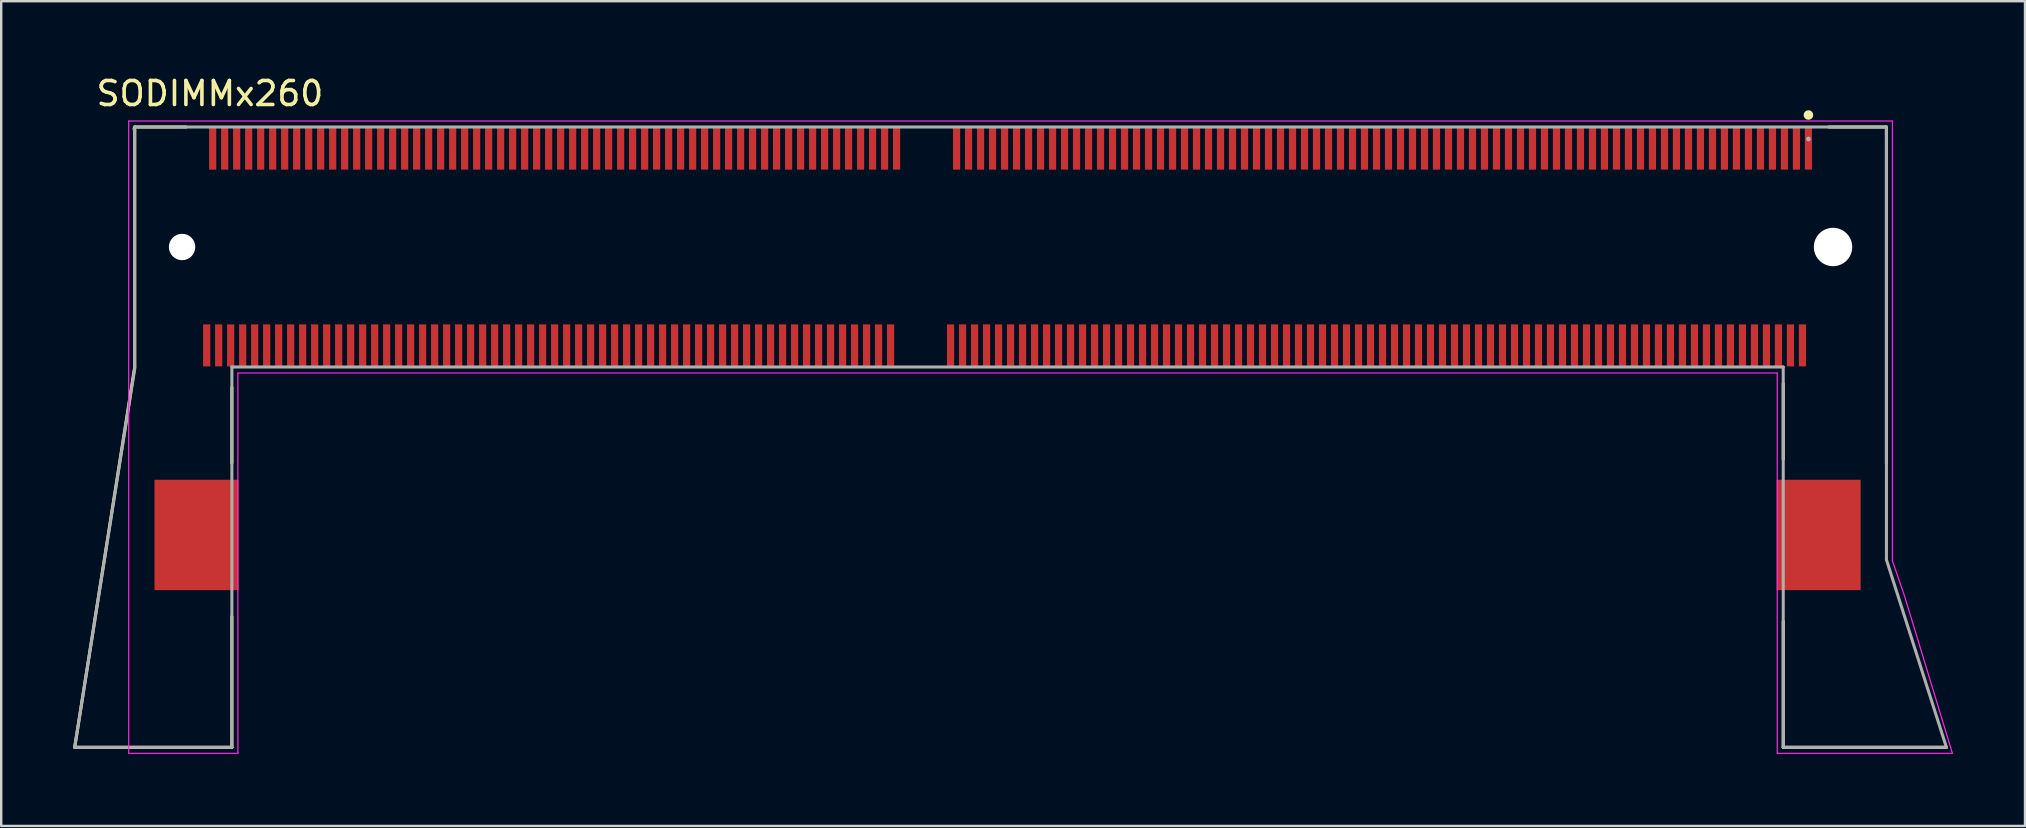
<source format=kicad_pcb>
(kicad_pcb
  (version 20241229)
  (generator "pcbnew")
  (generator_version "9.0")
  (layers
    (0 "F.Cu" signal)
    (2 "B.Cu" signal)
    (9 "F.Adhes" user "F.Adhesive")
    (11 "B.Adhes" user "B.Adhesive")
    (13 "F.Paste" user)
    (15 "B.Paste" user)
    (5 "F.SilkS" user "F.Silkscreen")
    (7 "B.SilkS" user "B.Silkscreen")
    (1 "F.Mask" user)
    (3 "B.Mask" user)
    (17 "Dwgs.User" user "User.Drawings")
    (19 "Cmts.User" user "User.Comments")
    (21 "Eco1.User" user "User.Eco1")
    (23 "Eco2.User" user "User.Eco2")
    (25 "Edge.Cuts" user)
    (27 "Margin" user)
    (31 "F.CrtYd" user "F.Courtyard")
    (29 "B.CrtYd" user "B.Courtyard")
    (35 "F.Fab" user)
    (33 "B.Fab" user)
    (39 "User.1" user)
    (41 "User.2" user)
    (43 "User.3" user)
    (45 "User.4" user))
  (footprint "SODIMMx260"
    (layer "F.Cu")
    (at 35.438 7.243)
    (property "Reference" "SODIMMx260" (at -29.74 -6.394 0) (layer "F.SilkS") (effects (font (size 1.001 1.001) (thickness 0.15))))
    (attr smd)
    (fp_line (start -35.375 20.85) (end -28.825 20.85) (stroke (width 0.127) (type solid)) (layer "F.SilkS"))
    (fp_line (start -32.875 -5) (end -32.875 5) (stroke (width 0.127) (type solid)) (layer "F.SilkS"))
    (fp_line (start -32.875 5) (end -35.375 20.85) (stroke (width 0.127) (type solid)) (layer "F.SilkS"))
    (fp_line (start -30.725 -5) (end -32.875 -5) (stroke (width 0.127) (type solid)) (layer "F.SilkS"))
    (fp_line (start -28.825 9) (end -28.825 5.85) (stroke (width 0.127) (type solid)) (layer "F.SilkS"))
    (fp_line (start -28.825 20.85) (end -28.825 15.402) (stroke (width 0.127) (type solid)) (layer "F.SilkS"))
    (fp_line (start 35.825 5.7) (end 35.825 8.85) (stroke (width 0.127) (type solid)) (layer "F.SilkS"))
    (fp_line (start 35.825 15.6) (end 35.825 20.85) (stroke (width 0.127) (type solid)) (layer "F.SilkS"))
    (fp_line (start 35.825 20.85) (end 42.625 20.85) (stroke (width 0.127) (type solid)) (layer "F.SilkS"))
    (fp_line (start 40.125 -5) (end 37.725 -5) (stroke (width 0.127) (type solid)) (layer "F.SilkS"))
    (fp_line (start 40.125 9.031) (end 40.125 -5) (stroke (width 0.127) (type solid)) (layer "F.SilkS"))
    (fp_circle (center 36.875 -5.5) (end 36.975 -5.5) (stroke (width 0.2) (type solid)) (fill no) (layer "F.SilkS"))
    (fp_line (start -33.125 -5.25) (end 40.375 -5.25) (stroke (width 0.05) (type solid)) (layer "F.CrtYd"))
    (fp_line (start -33.125 21.1) (end -33.125 -5.25) (stroke (width 0.05) (type solid)) (layer "F.CrtYd"))
    (fp_line (start -28.575 5.25) (end -28.575 21.1) (stroke (width 0.05) (type solid)) (layer "F.CrtYd"))
    (fp_line (start -28.575 21.1) (end -33.125 21.1) (stroke (width 0.05) (type solid)) (layer "F.CrtYd"))
    (fp_line (start 35.575 5.25) (end -28.575 5.25) (stroke (width 0.05) (type solid)) (layer "F.CrtYd"))
    (fp_line (start 35.575 21.1) (end 35.575 5.25) (stroke (width 0.05) (type solid)) (layer "F.CrtYd"))
    (fp_line (start 40.375 -5.25) (end 40.375 13.081) (stroke (width 0.05) (type solid)) (layer "F.CrtYd"))
    (fp_line (start 40.375 13.081) (end 40.875 14.531) (stroke (width 0.05) (type solid)) (layer "F.CrtYd"))
    (fp_line (start 40.875 14.531) (end 42.875 21.1) (stroke (width 0.05) (type solid)) (layer "F.CrtYd"))
    (fp_line (start 42.875 21.1) (end 35.575 21.1) (stroke (width 0.05) (type solid)) (layer "F.CrtYd"))
    (fp_line (start -35.375 20.85) (end -28.825 20.85) (stroke (width 0.127) (type solid)) (layer "F.Fab"))
    (fp_line (start -32.875 -4.855) (end -32.875 5.08) (stroke (width 0.127) (type solid)) (layer "F.Fab"))
    (fp_line (start -32.875 5.08) (end -35.375 20.85) (stroke (width 0.127) (type solid)) (layer "F.Fab"))
    (fp_line (start -28.825 5) (end 35.825 5) (stroke (width 0.127) (type solid)) (layer "F.Fab"))
    (fp_line (start -28.825 20.85) (end -28.825 5) (stroke (width 0.127) (type solid)) (layer "F.Fab"))
    (fp_line (start 35.825 5) (end 35.825 20.85) (stroke (width 0.127) (type solid)) (layer "F.Fab"))
    (fp_line (start 35.825 20.85) (end 42.625 20.85) (stroke (width 0.127) (type solid)) (layer "F.Fab"))
    (fp_line (start 40.125 -5) (end -32.875 -5) (stroke (width 0.127) (type solid)) (layer "F.Fab"))
    (fp_line (start 40.125 13.031) (end 40.125 -5) (stroke (width 0.127) (type solid)) (layer "F.Fab"))
    (fp_line (start 42.625 20.85) (end 40.125 13.031) (stroke (width 0.127) (type solid)) (layer "F.Fab"))
    (fp_arc (start -32.875 -4.855) (mid -32.90503 -4.9275) (end -32.875 -5) (stroke (width 0.127) (type solid)) (layer "F.Fab"))
    (fp_circle (center 36.875 -4.5) (end 36.925 -4.5) (stroke (width 0.1) (type solid)) (fill no) (layer "F.Fab"))
    (pad "" np_thru_hole circle (at -30.9 0) (size 1.1 1.1) (drill 1.1) (layers "*.Cu" "*.Mask"))
    (pad "" np_thru_hole circle (at 37.9 0) (size 1.6 1.6) (drill 1.6) (layers "*.Cu" "*.Mask"))
    (pad "1" smd rect (at 36.875 -4.1 90) (size 1.75 0.3) (layers "F.Cu" "F.Mask" "F.Paste"))
    (pad "2" smd rect (at 36.625 4.1 90) (size 1.75 0.3) (layers "F.Cu" "F.Mask" "F.Paste"))
    (pad "3" smd rect (at 36.375 -4.1 90) (size 1.75 0.3) (layers "F.Cu" "F.Mask" "F.Paste"))
    (pad "4" smd rect (at 36.125 4.1 90) (size 1.75 0.3) (layers "F.Cu" "F.Mask" "F.Paste"))
    (pad "5" smd rect (at 35.875 -4.1 90) (size 1.75 0.3) (layers "F.Cu" "F.Mask" "F.Paste"))
    (pad "6" smd rect (at 35.625 4.1 90) (size 1.75 0.3) (layers "F.Cu" "F.Mask" "F.Paste"))
    (pad "7" smd rect (at 35.375 -4.1 90) (size 1.75 0.3) (layers "F.Cu" "F.Mask" "F.Paste"))
    (pad "8" smd rect (at 35.125 4.1 90) (size 1.75 0.3) (layers "F.Cu" "F.Mask" "F.Paste"))
    (pad "9" smd rect (at 34.875 -4.1 90) (size 1.75 0.3) (layers "F.Cu" "F.Mask" "F.Paste"))
    (pad "10" smd rect (at 34.625 4.1 90) (size 1.75 0.3) (layers "F.Cu" "F.Mask" "F.Paste"))
    (pad "11" smd rect (at 34.375 -4.1 90) (size 1.75 0.3) (layers "F.Cu" "F.Mask" "F.Paste"))
    (pad "12" smd rect (at 34.125 4.1 90) (size 1.75 0.3) (layers "F.Cu" "F.Mask" "F.Paste"))
    (pad "13" smd rect (at 33.875 -4.1 90) (size 1.75 0.3) (layers "F.Cu" "F.Mask" "F.Paste"))
    (pad "14" smd rect (at 33.625 4.1 90) (size 1.75 0.3) (layers "F.Cu" "F.Mask" "F.Paste"))
    (pad "15" smd rect (at 33.375 -4.1 90) (size 1.75 0.3) (layers "F.Cu" "F.Mask" "F.Paste"))
    (pad "16" smd rect (at 33.125 4.1 90) (size 1.75 0.3) (layers "F.Cu" "F.Mask" "F.Paste"))
    (pad "17" smd rect (at 32.875 -4.1 90) (size 1.75 0.3) (layers "F.Cu" "F.Mask" "F.Paste"))
    (pad "18" smd rect (at 32.625 4.1 90) (size 1.75 0.3) (layers "F.Cu" "F.Mask" "F.Paste"))
    (pad "19" smd rect (at 32.375 -4.1 90) (size 1.75 0.3) (layers "F.Cu" "F.Mask" "F.Paste"))
    (pad "20" smd rect (at 32.125 4.1 90) (size 1.75 0.3) (layers "F.Cu" "F.Mask" "F.Paste"))
    (pad "21" smd rect (at 31.875 -4.1 90) (size 1.75 0.3) (layers "F.Cu" "F.Mask" "F.Paste"))
    (pad "22" smd rect (at 31.625 4.1 90) (size 1.75 0.3) (layers "F.Cu" "F.Mask" "F.Paste"))
    (pad "23" smd rect (at 31.375 -4.1 90) (size 1.75 0.3) (layers "F.Cu" "F.Mask" "F.Paste"))
    (pad "24" smd rect (at 31.125 4.1 90) (size 1.75 0.3) (layers "F.Cu" "F.Mask" "F.Paste"))
    (pad "25" smd rect (at 30.875 -4.1 90) (size 1.75 0.3) (layers "F.Cu" "F.Mask" "F.Paste"))
    (pad "26" smd rect (at 30.625 4.1 90) (size 1.75 0.3) (layers "F.Cu" "F.Mask" "F.Paste"))
    (pad "27" smd rect (at 30.375 -4.1 90) (size 1.75 0.3) (layers "F.Cu" "F.Mask" "F.Paste"))
    (pad "28" smd rect (at 30.125 4.1 90) (size 1.75 0.3) (layers "F.Cu" "F.Mask" "F.Paste"))
    (pad "29" smd rect (at 29.875 -4.1 90) (size 1.75 0.3) (layers "F.Cu" "F.Mask" "F.Paste"))
    (pad "30" smd rect (at 29.625 4.1 90) (size 1.75 0.3) (layers "F.Cu" "F.Mask" "F.Paste"))
    (pad "31" smd rect (at 29.375 -4.1 90) (size 1.75 0.3) (layers "F.Cu" "F.Mask" "F.Paste"))
    (pad "32" smd rect (at 29.125 4.1 90) (size 1.75 0.3) (layers "F.Cu" "F.Mask" "F.Paste"))
    (pad "33" smd rect (at 28.875 -4.1 90) (size 1.75 0.3) (layers "F.Cu" "F.Mask" "F.Paste"))
    (pad "34" smd rect (at 28.625 4.1 90) (size 1.75 0.3) (layers "F.Cu" "F.Mask" "F.Paste"))
    (pad "35" smd rect (at 28.375 -4.1 90) (size 1.75 0.3) (layers "F.Cu" "F.Mask" "F.Paste"))
    (pad "36" smd rect (at 28.125 4.1 90) (size 1.75 0.3) (layers "F.Cu" "F.Mask" "F.Paste"))
    (pad "37" smd rect (at 27.875 -4.1 90) (size 1.75 0.3) (layers "F.Cu" "F.Mask" "F.Paste"))
    (pad "38" smd rect (at 27.625 4.1 90) (size 1.75 0.3) (layers "F.Cu" "F.Mask" "F.Paste"))
    (pad "39" smd rect (at 27.375 -4.1 90) (size 1.75 0.3) (layers "F.Cu" "F.Mask" "F.Paste"))
    (pad "40" smd rect (at 27.125 4.1 90) (size 1.75 0.3) (layers "F.Cu" "F.Mask" "F.Paste"))
    (pad "41" smd rect (at 26.875 -4.1 90) (size 1.75 0.3) (layers "F.Cu" "F.Mask" "F.Paste"))
    (pad "42" smd rect (at 26.625 4.1 90) (size 1.75 0.3) (layers "F.Cu" "F.Mask" "F.Paste"))
    (pad "43" smd rect (at 26.375 -4.1 90) (size 1.75 0.3) (layers "F.Cu" "F.Mask" "F.Paste"))
    (pad "44" smd rect (at 26.125 4.1 90) (size 1.75 0.3) (layers "F.Cu" "F.Mask" "F.Paste"))
    (pad "45" smd rect (at 25.875 -4.1 90) (size 1.75 0.3) (layers "F.Cu" "F.Mask" "F.Paste"))
    (pad "46" smd rect (at 25.625 4.1 90) (size 1.75 0.3) (layers "F.Cu" "F.Mask" "F.Paste"))
    (pad "47" smd rect (at 25.375 -4.1 90) (size 1.75 0.3) (layers "F.Cu" "F.Mask" "F.Paste"))
    (pad "48" smd rect (at 25.125 4.1 90) (size 1.75 0.3) (layers "F.Cu" "F.Mask" "F.Paste"))
    (pad "49" smd rect (at 24.875 -4.1 90) (size 1.75 0.3) (layers "F.Cu" "F.Mask" "F.Paste"))
    (pad "50" smd rect (at 24.625 4.1 90) (size 1.75 0.3) (layers "F.Cu" "F.Mask" "F.Paste"))
    (pad "51" smd rect (at 24.375 -4.1 90) (size 1.75 0.3) (layers "F.Cu" "F.Mask" "F.Paste"))
    (pad "52" smd rect (at 24.125 4.1 90) (size 1.75 0.3) (layers "F.Cu" "F.Mask" "F.Paste"))
    (pad "53" smd rect (at 23.875 -4.1 90) (size 1.75 0.3) (layers "F.Cu" "F.Mask" "F.Paste"))
    (pad "54" smd rect (at 23.625 4.1 90) (size 1.75 0.3) (layers "F.Cu" "F.Mask" "F.Paste"))
    (pad "55" smd rect (at 23.375 -4.1 90) (size 1.75 0.3) (layers "F.Cu" "F.Mask" "F.Paste"))
    (pad "56" smd rect (at 23.125 4.1 90) (size 1.75 0.3) (layers "F.Cu" "F.Mask" "F.Paste"))
    (pad "57" smd rect (at 22.875 -4.1 90) (size 1.75 0.3) (layers "F.Cu" "F.Mask" "F.Paste"))
    (pad "58" smd rect (at 22.625 4.1 90) (size 1.75 0.3) (layers "F.Cu" "F.Mask" "F.Paste"))
    (pad "59" smd rect (at 22.375 -4.1 90) (size 1.75 0.3) (layers "F.Cu" "F.Mask" "F.Paste"))
    (pad "60" smd rect (at 22.125 4.1 90) (size 1.75 0.3) (layers "F.Cu" "F.Mask" "F.Paste"))
    (pad "61" smd rect (at 21.875 -4.1 90) (size 1.75 0.3) (layers "F.Cu" "F.Mask" "F.Paste"))
    (pad "62" smd rect (at 21.625 4.1 90) (size 1.75 0.3) (layers "F.Cu" "F.Mask" "F.Paste"))
    (pad "63" smd rect (at 21.375 -4.1 90) (size 1.75 0.3) (layers "F.Cu" "F.Mask" "F.Paste"))
    (pad "64" smd rect (at 21.125 4.1 90) (size 1.75 0.3) (layers "F.Cu" "F.Mask" "F.Paste"))
    (pad "65" smd rect (at 20.875 -4.1 90) (size 1.75 0.3) (layers "F.Cu" "F.Mask" "F.Paste"))
    (pad "66" smd rect (at 20.625 4.1 90) (size 1.75 0.3) (layers "F.Cu" "F.Mask" "F.Paste"))
    (pad "67" smd rect (at 20.375 -4.1 90) (size 1.75 0.3) (layers "F.Cu" "F.Mask" "F.Paste"))
    (pad "68" smd rect (at 20.125 4.1 90) (size 1.75 0.3) (layers "F.Cu" "F.Mask" "F.Paste"))
    (pad "69" smd rect (at 19.875 -4.1 90) (size 1.75 0.3) (layers "F.Cu" "F.Mask" "F.Paste"))
    (pad "70" smd rect (at 19.625 4.1 90) (size 1.75 0.3) (layers "F.Cu" "F.Mask" "F.Paste"))
    (pad "71" smd rect (at 19.375 -4.1 90) (size 1.75 0.3) (layers "F.Cu" "F.Mask" "F.Paste"))
    (pad "72" smd rect (at 19.125 4.1 90) (size 1.75 0.3) (layers "F.Cu" "F.Mask" "F.Paste"))
    (pad "73" smd rect (at 18.875 -4.1 90) (size 1.75 0.3) (layers "F.Cu" "F.Mask" "F.Paste"))
    (pad "74" smd rect (at 18.625 4.1 90) (size 1.75 0.3) (layers "F.Cu" "F.Mask" "F.Paste"))
    (pad "75" smd rect (at 18.375 -4.1 90) (size 1.75 0.3) (layers "F.Cu" "F.Mask" "F.Paste"))
    (pad "76" smd rect (at 18.125 4.1 90) (size 1.75 0.3) (layers "F.Cu" "F.Mask" "F.Paste"))
    (pad "77" smd rect (at 17.875 -4.1 90) (size 1.75 0.3) (layers "F.Cu" "F.Mask" "F.Paste"))
    (pad "78" smd rect (at 17.625 4.1 90) (size 1.75 0.3) (layers "F.Cu" "F.Mask" "F.Paste"))
    (pad "79" smd rect (at 17.375 -4.1 90) (size 1.75 0.3) (layers "F.Cu" "F.Mask" "F.Paste"))
    (pad "80" smd rect (at 17.125 4.1 90) (size 1.75 0.3) (layers "F.Cu" "F.Mask" "F.Paste"))
    (pad "81" smd rect (at 16.875 -4.1 90) (size 1.75 0.3) (layers "F.Cu" "F.Mask" "F.Paste"))
    (pad "82" smd rect (at 16.625 4.1 90) (size 1.75 0.3) (layers "F.Cu" "F.Mask" "F.Paste"))
    (pad "83" smd rect (at 16.375 -4.1 90) (size 1.75 0.3) (layers "F.Cu" "F.Mask" "F.Paste"))
    (pad "84" smd rect (at 16.125 4.1 90) (size 1.75 0.3) (layers "F.Cu" "F.Mask" "F.Paste"))
    (pad "85" smd rect (at 15.875 -4.1 90) (size 1.75 0.3) (layers "F.Cu" "F.Mask" "F.Paste"))
    (pad "86" smd rect (at 15.625 4.1 90) (size 1.75 0.3) (layers "F.Cu" "F.Mask" "F.Paste"))
    (pad "87" smd rect (at 15.375 -4.1 90) (size 1.75 0.3) (layers "F.Cu" "F.Mask" "F.Paste"))
    (pad "88" smd rect (at 15.125 4.1 90) (size 1.75 0.3) (layers "F.Cu" "F.Mask" "F.Paste"))
    (pad "89" smd rect (at 14.875 -4.1 90) (size 1.75 0.3) (layers "F.Cu" "F.Mask" "F.Paste"))
    (pad "90" smd rect (at 14.625 4.1 90) (size 1.75 0.3) (layers "F.Cu" "F.Mask" "F.Paste"))
    (pad "91" smd rect (at 14.375 -4.1 90) (size 1.75 0.3) (layers "F.Cu" "F.Mask" "F.Paste"))
    (pad "92" smd rect (at 14.125 4.1 90) (size 1.75 0.3) (layers "F.Cu" "F.Mask" "F.Paste"))
    (pad "93" smd rect (at 13.875 -4.1 90) (size 1.75 0.3) (layers "F.Cu" "F.Mask" "F.Paste"))
    (pad "94" smd rect (at 13.625 4.1 90) (size 1.75 0.3) (layers "F.Cu" "F.Mask" "F.Paste"))
    (pad "95" smd rect (at 13.375 -4.1 90) (size 1.75 0.3) (layers "F.Cu" "F.Mask" "F.Paste"))
    (pad "96" smd rect (at 13.125 4.1 90) (size 1.75 0.3) (layers "F.Cu" "F.Mask" "F.Paste"))
    (pad "97" smd rect (at 12.875 -4.1 90) (size 1.75 0.3) (layers "F.Cu" "F.Mask" "F.Paste"))
    (pad "98" smd rect (at 12.625 4.1 90) (size 1.75 0.3) (layers "F.Cu" "F.Mask" "F.Paste"))
    (pad "99" smd rect (at 12.375 -4.1 90) (size 1.75 0.3) (layers "F.Cu" "F.Mask" "F.Paste"))
    (pad "100" smd rect (at 12.125 4.1 90) (size 1.75 0.3) (layers "F.Cu" "F.Mask" "F.Paste"))
    (pad "101" smd rect (at 11.875 -4.1 90) (size 1.75 0.3) (layers "F.Cu" "F.Mask" "F.Paste"))
    (pad "102" smd rect (at 11.625 4.1 90) (size 1.75 0.3) (layers "F.Cu" "F.Mask" "F.Paste"))
    (pad "103" smd rect (at 11.375 -4.1 90) (size 1.75 0.3) (layers "F.Cu" "F.Mask" "F.Paste"))
    (pad "104" smd rect (at 11.125 4.1 90) (size 1.75 0.3) (layers "F.Cu" "F.Mask" "F.Paste"))
    (pad "105" smd rect (at 10.875 -4.1 90) (size 1.75 0.3) (layers "F.Cu" "F.Mask" "F.Paste"))
    (pad "106" smd rect (at 10.625 4.1 90) (size 1.75 0.3) (layers "F.Cu" "F.Mask" "F.Paste"))
    (pad "107" smd rect (at 10.375 -4.1 90) (size 1.75 0.3) (layers "F.Cu" "F.Mask" "F.Paste"))
    (pad "108" smd rect (at 10.125 4.1 90) (size 1.75 0.3) (layers "F.Cu" "F.Mask" "F.Paste"))
    (pad "109" smd rect (at 9.875 -4.1 90) (size 1.75 0.3) (layers "F.Cu" "F.Mask" "F.Paste"))
    (pad "110" smd rect (at 9.625 4.1 90) (size 1.75 0.3) (layers "F.Cu" "F.Mask" "F.Paste"))
    (pad "111" smd rect (at 9.375 -4.1 90) (size 1.75 0.3) (layers "F.Cu" "F.Mask" "F.Paste"))
    (pad "112" smd rect (at 9.125 4.1 90) (size 1.75 0.3) (layers "F.Cu" "F.Mask" "F.Paste"))
    (pad "113" smd rect (at 8.875 -4.1 90) (size 1.75 0.3) (layers "F.Cu" "F.Mask" "F.Paste"))
    (pad "114" smd rect (at 8.625 4.1 90) (size 1.75 0.3) (layers "F.Cu" "F.Mask" "F.Paste"))
    (pad "115" smd rect (at 8.375 -4.1 90) (size 1.75 0.3) (layers "F.Cu" "F.Mask" "F.Paste"))
    (pad "116" smd rect (at 8.125 4.1 90) (size 1.75 0.3) (layers "F.Cu" "F.Mask" "F.Paste"))
    (pad "117" smd rect (at 7.875 -4.1 90) (size 1.75 0.3) (layers "F.Cu" "F.Mask" "F.Paste"))
    (pad "118" smd rect (at 7.625 4.1 90) (size 1.75 0.3) (layers "F.Cu" "F.Mask" "F.Paste"))
    (pad "119" smd rect (at 7.375 -4.1 90) (size 1.75 0.3) (layers "F.Cu" "F.Mask" "F.Paste"))
    (pad "120" smd rect (at 7.125 4.1 90) (size 1.75 0.3) (layers "F.Cu" "F.Mask" "F.Paste"))
    (pad "121" smd rect (at 6.875 -4.1 90) (size 1.75 0.3) (layers "F.Cu" "F.Mask" "F.Paste"))
    (pad "122" smd rect (at 6.625 4.1 90) (size 1.75 0.3) (layers "F.Cu" "F.Mask" "F.Paste"))
    (pad "123" smd rect (at 6.375 -4.1 90) (size 1.75 0.3) (layers "F.Cu" "F.Mask" "F.Paste"))
    (pad "124" smd rect (at 6.125 4.1 90) (size 1.75 0.3) (layers "F.Cu" "F.Mask" "F.Paste"))
    (pad "125" smd rect (at 5.875 -4.1 90) (size 1.75 0.3) (layers "F.Cu" "F.Mask" "F.Paste"))
    (pad "126" smd rect (at 5.625 4.1 90) (size 1.75 0.3) (layers "F.Cu" "F.Mask" "F.Paste"))
    (pad "127" smd rect (at 5.375 -4.1 90) (size 1.75 0.3) (layers "F.Cu" "F.Mask" "F.Paste"))
    (pad "128" smd rect (at 5.125 4.1 90) (size 1.75 0.3) (layers "F.Cu" "F.Mask" "F.Paste"))
    (pad "129" smd rect (at 4.875 -4.1 90) (size 1.75 0.3) (layers "F.Cu" "F.Mask" "F.Paste"))
    (pad "130" smd rect (at 4.625 4.1 90) (size 1.75 0.3) (layers "F.Cu" "F.Mask" "F.Paste"))
    (pad "131" smd rect (at 4.375 -4.1 90) (size 1.75 0.3) (layers "F.Cu" "F.Mask" "F.Paste"))
    (pad "132" smd rect (at 4.125 4.1 90) (size 1.75 0.3) (layers "F.Cu" "F.Mask" "F.Paste"))
    (pad "133" smd rect (at 3.875 -4.1 90) (size 1.75 0.3) (layers "F.Cu" "F.Mask" "F.Paste"))
    (pad "134" smd rect (at 3.625 4.1 90) (size 1.75 0.3) (layers "F.Cu" "F.Mask" "F.Paste"))
    (pad "135" smd rect (at 3.375 -4.1 90) (size 1.75 0.3) (layers "F.Cu" "F.Mask" "F.Paste"))
    (pad "136" smd rect (at 3.125 4.1 90) (size 1.75 0.3) (layers "F.Cu" "F.Mask" "F.Paste"))
    (pad "137" smd rect (at 2.875 -4.1 90) (size 1.75 0.3) (layers "F.Cu" "F.Mask" "F.Paste"))
    (pad "138" smd rect (at 2.625 4.1 90) (size 1.75 0.3) (layers "F.Cu" "F.Mask" "F.Paste"))
    (pad "139" smd rect (at 2.375 -4.1 90) (size 1.75 0.3) (layers "F.Cu" "F.Mask" "F.Paste"))
    (pad "140" smd rect (at 2.125 4.1 90) (size 1.75 0.3) (layers "F.Cu" "F.Mask" "F.Paste"))
    (pad "141" smd rect (at 1.875 -4.1 90) (size 1.75 0.3) (layers "F.Cu" "F.Mask" "F.Paste"))
    (pad "142" smd rect (at 1.625 4.1 90) (size 1.75 0.3) (layers "F.Cu" "F.Mask" "F.Paste"))
    (pad "143" smd rect (at 1.375 -4.1 90) (size 1.75 0.3) (layers "F.Cu" "F.Mask" "F.Paste"))
    (pad "144" smd rect (at 1.125 4.1 90) (size 1.75 0.3) (layers "F.Cu" "F.Mask" "F.Paste"))
    (pad "145" smd rect (at -1.125 -4.1 90) (size 1.75 0.3) (layers "F.Cu" "F.Mask" "F.Paste"))
    (pad "146" smd rect (at -1.375 4.1 90) (size 1.75 0.3) (layers "F.Cu" "F.Mask" "F.Paste"))
    (pad "147" smd rect (at -1.625 -4.1 90) (size 1.75 0.3) (layers "F.Cu" "F.Mask" "F.Paste"))
    (pad "148" smd rect (at -1.875 4.1 90) (size 1.75 0.3) (layers "F.Cu" "F.Mask" "F.Paste"))
    (pad "149" smd rect (at -2.125 -4.1 90) (size 1.75 0.3) (layers "F.Cu" "F.Mask" "F.Paste"))
    (pad "150" smd rect (at -2.375 4.1 90) (size 1.75 0.3) (layers "F.Cu" "F.Mask" "F.Paste"))
    (pad "151" smd rect (at -2.625 -4.1 90) (size 1.75 0.3) (layers "F.Cu" "F.Mask" "F.Paste"))
    (pad "152" smd rect (at -2.875 4.1 90) (size 1.75 0.3) (layers "F.Cu" "F.Mask" "F.Paste"))
    (pad "153" smd rect (at -3.125 -4.1 90) (size 1.75 0.3) (layers "F.Cu" "F.Mask" "F.Paste"))
    (pad "154" smd rect (at -3.375 4.1 90) (size 1.75 0.3) (layers "F.Cu" "F.Mask" "F.Paste"))
    (pad "155" smd rect (at -3.625 -4.1 90) (size 1.75 0.3) (layers "F.Cu" "F.Mask" "F.Paste"))
    (pad "156" smd rect (at -3.875 4.1 90) (size 1.75 0.3) (layers "F.Cu" "F.Mask" "F.Paste"))
    (pad "157" smd rect (at -4.125 -4.1 90) (size 1.75 0.3) (layers "F.Cu" "F.Mask" "F.Paste"))
    (pad "158" smd rect (at -4.375 4.1 90) (size 1.75 0.3) (layers "F.Cu" "F.Mask" "F.Paste"))
    (pad "159" smd rect (at -4.625 -4.1 90) (size 1.75 0.3) (layers "F.Cu" "F.Mask" "F.Paste"))
    (pad "160" smd rect (at -4.875 4.1 90) (size 1.75 0.3) (layers "F.Cu" "F.Mask" "F.Paste"))
    (pad "161" smd rect (at -5.125 -4.1 90) (size 1.75 0.3) (layers "F.Cu" "F.Mask" "F.Paste"))
    (pad "162" smd rect (at -5.375 4.1 90) (size 1.75 0.3) (layers "F.Cu" "F.Mask" "F.Paste"))
    (pad "163" smd rect (at -5.625 -4.1 90) (size 1.75 0.3) (layers "F.Cu" "F.Mask" "F.Paste"))
    (pad "164" smd rect (at -5.875 4.1 90) (size 1.75 0.3) (layers "F.Cu" "F.Mask" "F.Paste"))
    (pad "165" smd rect (at -6.125 -4.1 90) (size 1.75 0.3) (layers "F.Cu" "F.Mask" "F.Paste"))
    (pad "166" smd rect (at -6.375 4.1 90) (size 1.75 0.3) (layers "F.Cu" "F.Mask" "F.Paste"))
    (pad "167" smd rect (at -6.625 -4.1 90) (size 1.75 0.3) (layers "F.Cu" "F.Mask" "F.Paste"))
    (pad "168" smd rect (at -6.875 4.1 90) (size 1.75 0.3) (layers "F.Cu" "F.Mask" "F.Paste"))
    (pad "169" smd rect (at -7.125 -4.1 90) (size 1.75 0.3) (layers "F.Cu" "F.Mask" "F.Paste"))
    (pad "170" smd rect (at -7.375 4.1 90) (size 1.75 0.3) (layers "F.Cu" "F.Mask" "F.Paste"))
    (pad "171" smd rect (at -7.625 -4.1 90) (size 1.75 0.3) (layers "F.Cu" "F.Mask" "F.Paste"))
    (pad "172" smd rect (at -7.875 4.1 90) (size 1.75 0.3) (layers "F.Cu" "F.Mask" "F.Paste"))
    (pad "173" smd rect (at -8.125 -4.1 90) (size 1.75 0.3) (layers "F.Cu" "F.Mask" "F.Paste"))
    (pad "174" smd rect (at -8.375 4.1 90) (size 1.75 0.3) (layers "F.Cu" "F.Mask" "F.Paste"))
    (pad "175" smd rect (at -8.625 -4.1 90) (size 1.75 0.3) (layers "F.Cu" "F.Mask" "F.Paste"))
    (pad "176" smd rect (at -8.875 4.1 90) (size 1.75 0.3) (layers "F.Cu" "F.Mask" "F.Paste"))
    (pad "177" smd rect (at -9.125 -4.1 90) (size 1.75 0.3) (layers "F.Cu" "F.Mask" "F.Paste"))
    (pad "178" smd rect (at -9.375 4.1 90) (size 1.75 0.3) (layers "F.Cu" "F.Mask" "F.Paste"))
    (pad "179" smd rect (at -9.625 -4.1 90) (size 1.75 0.3) (layers "F.Cu" "F.Mask" "F.Paste"))
    (pad "180" smd rect (at -9.875 4.1 90) (size 1.75 0.3) (layers "F.Cu" "F.Mask" "F.Paste"))
    (pad "181" smd rect (at -10.125 -4.1 90) (size 1.75 0.3) (layers "F.Cu" "F.Mask" "F.Paste"))
    (pad "182" smd rect (at -10.375 4.1 90) (size 1.75 0.3) (layers "F.Cu" "F.Mask" "F.Paste"))
    (pad "183" smd rect (at -10.625 -4.1 90) (size 1.75 0.3) (layers "F.Cu" "F.Mask" "F.Paste"))
    (pad "184" smd rect (at -10.875 4.1 90) (size 1.75 0.3) (layers "F.Cu" "F.Mask" "F.Paste"))
    (pad "185" smd rect (at -11.125 -4.1 90) (size 1.75 0.3) (layers "F.Cu" "F.Mask" "F.Paste"))
    (pad "186" smd rect (at -11.375 4.1 90) (size 1.75 0.3) (layers "F.Cu" "F.Mask" "F.Paste"))
    (pad "187" smd rect (at -11.625 -4.1 90) (size 1.75 0.3) (layers "F.Cu" "F.Mask" "F.Paste"))
    (pad "188" smd rect (at -11.875 4.1 90) (size 1.75 0.3) (layers "F.Cu" "F.Mask" "F.Paste"))
    (pad "189" smd rect (at -12.125 -4.1 90) (size 1.75 0.3) (layers "F.Cu" "F.Mask" "F.Paste"))
    (pad "190" smd rect (at -12.375 4.1 90) (size 1.75 0.3) (layers "F.Cu" "F.Mask" "F.Paste"))
    (pad "191" smd rect (at -12.625 -4.1 90) (size 1.75 0.3) (layers "F.Cu" "F.Mask" "F.Paste"))
    (pad "192" smd rect (at -12.875 4.1 90) (size 1.75 0.3) (layers "F.Cu" "F.Mask" "F.Paste"))
    (pad "193" smd rect (at -13.125 -4.1 90) (size 1.75 0.3) (layers "F.Cu" "F.Mask" "F.Paste"))
    (pad "194" smd rect (at -13.375 4.1 90) (size 1.75 0.3) (layers "F.Cu" "F.Mask" "F.Paste"))
    (pad "195" smd rect (at -13.625 -4.1 90) (size 1.75 0.3) (layers "F.Cu" "F.Mask" "F.Paste"))
    (pad "196" smd rect (at -13.875 4.1 90) (size 1.75 0.3) (layers "F.Cu" "F.Mask" "F.Paste"))
    (pad "197" smd rect (at -14.125 -4.1 90) (size 1.75 0.3) (layers "F.Cu" "F.Mask" "F.Paste"))
    (pad "198" smd rect (at -14.375 4.1 90) (size 1.75 0.3) (layers "F.Cu" "F.Mask" "F.Paste"))
    (pad "199" smd rect (at -14.625 -4.1 90) (size 1.75 0.3) (layers "F.Cu" "F.Mask" "F.Paste"))
    (pad "200" smd rect (at -14.875 4.1 90) (size 1.75 0.3) (layers "F.Cu" "F.Mask" "F.Paste"))
    (pad "201" smd rect (at -15.125 -4.1 90) (size 1.75 0.3) (layers "F.Cu" "F.Mask" "F.Paste"))
    (pad "202" smd rect (at -15.375 4.1 90) (size 1.75 0.3) (layers "F.Cu" "F.Mask" "F.Paste"))
    (pad "203" smd rect (at -15.625 -4.1 90) (size 1.75 0.3) (layers "F.Cu" "F.Mask" "F.Paste"))
    (pad "204" smd rect (at -15.875 4.1 90) (size 1.75 0.3) (layers "F.Cu" "F.Mask" "F.Paste"))
    (pad "205" smd rect (at -16.125 -4.1 90) (size 1.75 0.3) (layers "F.Cu" "F.Mask" "F.Paste"))
    (pad "206" smd rect (at -16.375 4.1 90) (size 1.75 0.3) (layers "F.Cu" "F.Mask" "F.Paste"))
    (pad "207" smd rect (at -16.625 -4.1 90) (size 1.75 0.3) (layers "F.Cu" "F.Mask" "F.Paste"))
    (pad "208" smd rect (at -16.875 4.1 90) (size 1.75 0.3) (layers "F.Cu" "F.Mask" "F.Paste"))
    (pad "209" smd rect (at -17.125 -4.1 90) (size 1.75 0.3) (layers "F.Cu" "F.Mask" "F.Paste"))
    (pad "210" smd rect (at -17.375 4.1 90) (size 1.75 0.3) (layers "F.Cu" "F.Mask" "F.Paste"))
    (pad "211" smd rect (at -17.625 -4.1 90) (size 1.75 0.3) (layers "F.Cu" "F.Mask" "F.Paste"))
    (pad "212" smd rect (at -17.875 4.1 90) (size 1.75 0.3) (layers "F.Cu" "F.Mask" "F.Paste"))
    (pad "213" smd rect (at -18.125 -4.1 90) (size 1.75 0.3) (layers "F.Cu" "F.Mask" "F.Paste"))
    (pad "214" smd rect (at -18.375 4.1 90) (size 1.75 0.3) (layers "F.Cu" "F.Mask" "F.Paste"))
    (pad "215" smd rect (at -18.625 -4.1 90) (size 1.75 0.3) (layers "F.Cu" "F.Mask" "F.Paste"))
    (pad "216" smd rect (at -18.875 4.1 90) (size 1.75 0.3) (layers "F.Cu" "F.Mask" "F.Paste"))
    (pad "217" smd rect (at -19.125 -4.1 90) (size 1.75 0.3) (layers "F.Cu" "F.Mask" "F.Paste"))
    (pad "218" smd rect (at -19.375 4.1 90) (size 1.75 0.3) (layers "F.Cu" "F.Mask" "F.Paste"))
    (pad "219" smd rect (at -19.625 -4.1 90) (size 1.75 0.3) (layers "F.Cu" "F.Mask" "F.Paste"))
    (pad "220" smd rect (at -19.875 4.1 90) (size 1.75 0.3) (layers "F.Cu" "F.Mask" "F.Paste"))
    (pad "221" smd rect (at -20.125 -4.1 90) (size 1.75 0.3) (layers "F.Cu" "F.Mask" "F.Paste"))
    (pad "222" smd rect (at -20.375 4.1 90) (size 1.75 0.3) (layers "F.Cu" "F.Mask" "F.Paste"))
    (pad "223" smd rect (at -20.625 -4.1 90) (size 1.75 0.3) (layers "F.Cu" "F.Mask" "F.Paste"))
    (pad "224" smd rect (at -20.875 4.1 90) (size 1.75 0.3) (layers "F.Cu" "F.Mask" "F.Paste"))
    (pad "225" smd rect (at -21.125 -4.1 90) (size 1.75 0.3) (layers "F.Cu" "F.Mask" "F.Paste"))
    (pad "226" smd rect (at -21.375 4.1 90) (size 1.75 0.3) (layers "F.Cu" "F.Mask" "F.Paste"))
    (pad "227" smd rect (at -21.625 -4.1 90) (size 1.75 0.3) (layers "F.Cu" "F.Mask" "F.Paste"))
    (pad "228" smd rect (at -21.875 4.1 90) (size 1.75 0.3) (layers "F.Cu" "F.Mask" "F.Paste"))
    (pad "229" smd rect (at -22.125 -4.1 90) (size 1.75 0.3) (layers "F.Cu" "F.Mask" "F.Paste"))
    (pad "230" smd rect (at -22.375 4.1 90) (size 1.75 0.3) (layers "F.Cu" "F.Mask" "F.Paste"))
    (pad "231" smd rect (at -22.625 -4.1 90) (size 1.75 0.3) (layers "F.Cu" "F.Mask" "F.Paste"))
    (pad "232" smd rect (at -22.875 4.1 90) (size 1.75 0.3) (layers "F.Cu" "F.Mask" "F.Paste"))
    (pad "233" smd rect (at -23.125 -4.1 90) (size 1.75 0.3) (layers "F.Cu" "F.Mask" "F.Paste"))
    (pad "234" smd rect (at -23.375 4.1 90) (size 1.75 0.3) (layers "F.Cu" "F.Mask" "F.Paste"))
    (pad "235" smd rect (at -23.625 -4.1 90) (size 1.75 0.3) (layers "F.Cu" "F.Mask" "F.Paste"))
    (pad "236" smd rect (at -23.875 4.1 90) (size 1.75 0.3) (layers "F.Cu" "F.Mask" "F.Paste"))
    (pad "237" smd rect (at -24.125 -4.1 90) (size 1.75 0.3) (layers "F.Cu" "F.Mask" "F.Paste"))
    (pad "238" smd rect (at -24.375 4.1 90) (size 1.75 0.3) (layers "F.Cu" "F.Mask" "F.Paste"))
    (pad "239" smd rect (at -24.625 -4.1 90) (size 1.75 0.3) (layers "F.Cu" "F.Mask" "F.Paste"))
    (pad "240" smd rect (at -24.875 4.1 90) (size 1.75 0.3) (layers "F.Cu" "F.Mask" "F.Paste"))
    (pad "241" smd rect (at -25.125 -4.1 90) (size 1.75 0.3) (layers "F.Cu" "F.Mask" "F.Paste"))
    (pad "242" smd rect (at -25.375 4.1 90) (size 1.75 0.3) (layers "F.Cu" "F.Mask" "F.Paste"))
    (pad "243" smd rect (at -25.625 -4.1 90) (size 1.75 0.3) (layers "F.Cu" "F.Mask" "F.Paste"))
    (pad "244" smd rect (at -25.875 4.1 90) (size 1.75 0.3) (layers "F.Cu" "F.Mask" "F.Paste"))
    (pad "245" smd rect (at -26.125 -4.1 90) (size 1.75 0.3) (layers "F.Cu" "F.Mask" "F.Paste"))
    (pad "246" smd rect (at -26.375 4.1 90) (size 1.75 0.3) (layers "F.Cu" "F.Mask" "F.Paste"))
    (pad "247" smd rect (at -26.625 -4.1 90) (size 1.75 0.3) (layers "F.Cu" "F.Mask" "F.Paste"))
    (pad "248" smd rect (at -26.875 4.1 90) (size 1.75 0.3) (layers "F.Cu" "F.Mask" "F.Paste"))
    (pad "249" smd rect (at -27.125 -4.1 90) (size 1.75 0.3) (layers "F.Cu" "F.Mask" "F.Paste"))
    (pad "250" smd rect (at -27.375 4.1 90) (size 1.75 0.3) (layers "F.Cu" "F.Mask" "F.Paste"))
    (pad "251" smd rect (at -27.625 -4.1 90) (size 1.75 0.3) (layers "F.Cu" "F.Mask" "F.Paste"))
    (pad "252" smd rect (at -27.875 4.1 90) (size 1.75 0.3) (layers "F.Cu" "F.Mask" "F.Paste"))
    (pad "253" smd rect (at -28.125 -4.1 90) (size 1.75 0.3) (layers "F.Cu" "F.Mask" "F.Paste"))
    (pad "254" smd rect (at -28.375 4.1 90) (size 1.75 0.3) (layers "F.Cu" "F.Mask" "F.Paste"))
    (pad "255" smd rect (at -28.625 -4.1 90) (size 1.75 0.3) (layers "F.Cu" "F.Mask" "F.Paste"))
    (pad "256" smd rect (at -28.875 4.1 90) (size 1.75 0.3) (layers "F.Cu" "F.Mask" "F.Paste"))
    (pad "257" smd rect (at -29.125 -4.1 90) (size 1.75 0.3) (layers "F.Cu" "F.Mask" "F.Paste"))
    (pad "258" smd rect (at -29.375 4.1 90) (size 1.75 0.3) (layers "F.Cu" "F.Mask" "F.Paste"))
    (pad "259" smd rect (at -29.625 -4.1 90) (size 1.75 0.3) (layers "F.Cu" "F.Mask" "F.Paste"))
    (pad "260" smd rect (at -29.875 4.1 90) (size 1.75 0.3) (layers "F.Cu" "F.Mask" "F.Paste"))
    (pad "SH1" smd rect (at 37.3 12 180) (size 3.5 4.6) (layers "F.Cu" "F.Mask" "F.Paste"))
    (pad "SH2" smd rect (at -30.3 12 180) (size 3.5 4.6) (layers "F.Cu" "F.Mask" "F.Paste")))
  (gr_rect
    (start -3 -3)
    (end 81.338 31.368)
    (stroke (width 0.1) (type default))
    (fill no)
    (layer "Edge.Cuts")))
</source>
